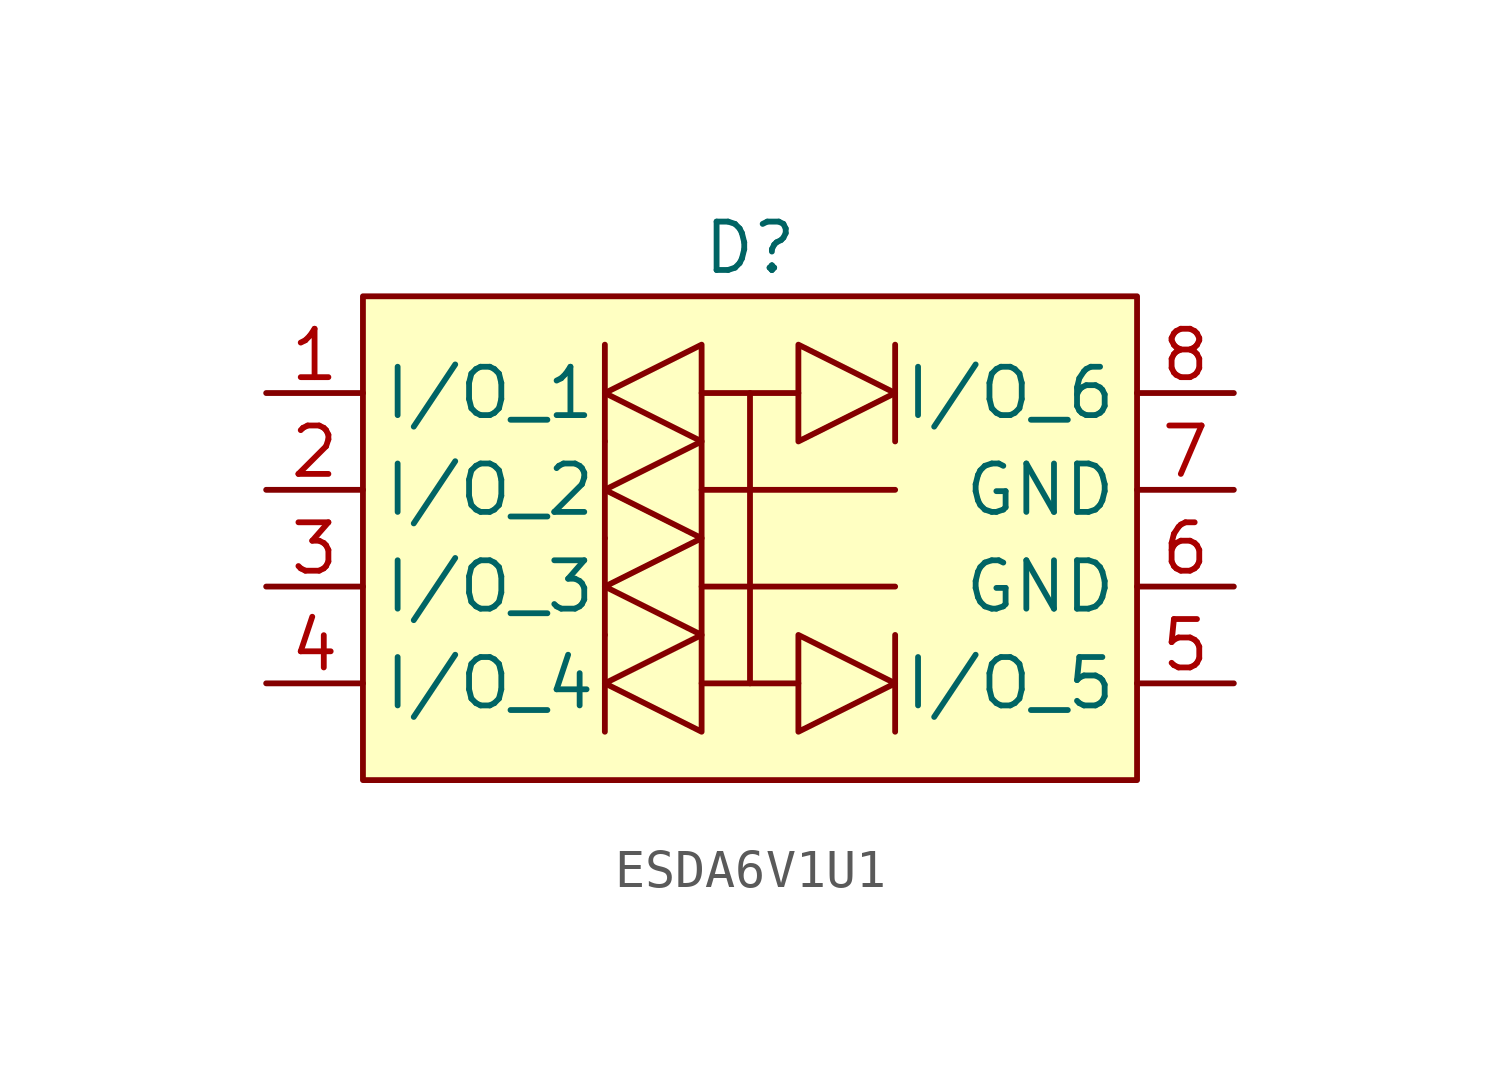
<source format=kicad_sym>
(kicad_symbol_lib
  (version 20231120)
  (generator "kicad_symbol_editor")
  (generator_version "8.0")
  (symbol "ESDA6V1U1"
    (property "Reference" "D"
      (at 0 1.27 0)
      (effects (font (size 1.27 1.27))))
    (property "Value" ""
      (at 0 0 0)
      (effects (font (size 1.27 1.27))))
    (symbol "ESDA6V1U1_0_0"
      (pin unspecified line (at -12.7 -2.54 0) (length 2.54) (name "I/O_1" (effects (font (size 1.27 1.27)))) (number "1" (effects (font (size 1.27 1.27)))))
      (pin unspecified line (at -12.7 -5.08 0) (length 2.54) (name "I/O_2" (effects (font (size 1.27 1.27)))) (number "2" (effects (font (size 1.27 1.27)))))
      (pin unspecified line (at -12.7 -7.62 0) (length 2.54) (name "I/O_3" (effects (font (size 1.27 1.27)))) (number "3" (effects (font (size 1.27 1.27)))))
      (pin unspecified line (at -12.7 -10.16 0) (length 2.54) (name "I/O_4" (effects (font (size 1.27 1.27)))) (number "4" (effects (font (size 1.27 1.27)))))
      (pin unspecified line (at 12.7 -10.16 180) (length 2.54) (name "I/O_5" (effects (font (size 1.27 1.27)))) (number "5" (effects (font (size 1.27 1.27)))))
      (pin power_in line (at 12.7 -7.62 180) (length 2.54) (name "GND" (effects (font (size 1.27 1.27)))) (number "6" (effects (font (size 1.27 1.27)))))
      (pin power_in line (at 12.7 -5.08 180) (length 2.54) (name "GND" (effects (font (size 1.27 1.27)))) (number "7" (effects (font (size 1.27 1.27)))))
      (pin unspecified line (at 12.7 -2.54 180) (length 2.54) (name "I/O_6" (effects (font (size 1.27 1.27)))) (number "8" (effects (font (size 1.27 1.27))))))
    (symbol "ESDA6V1U1_0_1"
      (polyline (pts (xy -3.81 -8.89) (xy -3.81 -11.43)) (stroke (width 0) (type default)) (fill (type none)))
      (polyline (pts (xy -3.81 -6.35) (xy -3.81 -8.89)) (stroke (width 0) (type default)) (fill (type none)))
      (polyline (pts (xy -3.81 -3.81) (xy -3.81 -6.35)) (stroke (width 0) (type default)) (fill (type none)))
      (polyline (pts (xy -3.81 -1.27) (xy -3.81 -3.81)) (stroke (width 0) (type default)) (fill (type none)))
      (polyline (pts (xy -1.27 -10.16) (xy 1.27 -10.16)) (stroke (width 0) (type default)) (fill (type none)))
      (polyline (pts (xy -1.27 -7.62) (xy 3.81 -7.62)) (stroke (width 0) (type default)) (fill (type none)))
      (polyline (pts (xy -1.27 -5.08) (xy 3.81 -5.08)) (stroke (width 0) (type default)) (fill (type none)))
      (polyline (pts (xy -1.27 -2.54) (xy 1.27 -2.54)) (stroke (width 0) (type default)) (fill (type none)))
      (polyline (pts (xy 0 -10.16) (xy 0 -2.54)) (stroke (width 0) (type default)) (fill (type none)))
      (polyline (pts (xy 3.81 -11.43) (xy 3.81 -8.89)) (stroke (width 0) (type default)) (fill (type none)))
      (polyline (pts (xy 3.81 -3.81) (xy 3.81 -1.27)) (stroke (width 0) (type default)) (fill (type none)))
      (polyline (pts (xy -1.27 -8.89) (xy -1.27 -11.43) (xy -3.81 -10.16) (xy -1.27 -8.89)) (stroke (width 0) (type default)) (fill (type none)))
      (polyline (pts (xy -1.27 -6.35) (xy -1.27 -8.89) (xy -3.81 -7.62) (xy -1.27 -6.35)) (stroke (width 0) (type default)) (fill (type none)))
      (polyline (pts (xy -1.27 -3.81) (xy -1.27 -6.35) (xy -3.81 -5.08) (xy -1.27 -3.81)) (stroke (width 0) (type default)) (fill (type none)))
      (polyline (pts (xy -1.27 -1.27) (xy -1.27 -3.81) (xy -3.81 -2.54) (xy -1.27 -1.27)) (stroke (width 0) (type default)) (fill (type none)))
      (polyline (pts (xy 1.27 -11.43) (xy 1.27 -8.89) (xy 3.81 -10.16) (xy 1.27 -11.43)) (stroke (width 0) (type default)) (fill (type none)))
      (polyline (pts (xy 1.27 -3.81) (xy 1.27 -1.27) (xy 3.81 -2.54) (xy 1.27 -3.81)) (stroke (width 0) (type default)) (fill (type none))))
    (symbol "ESDA6V1U1_1_1"
      (rectangle (start -10.16 0) (end 10.16 -12.7) (stroke (width 0) (type default)) (fill (type background))))))
</source>
